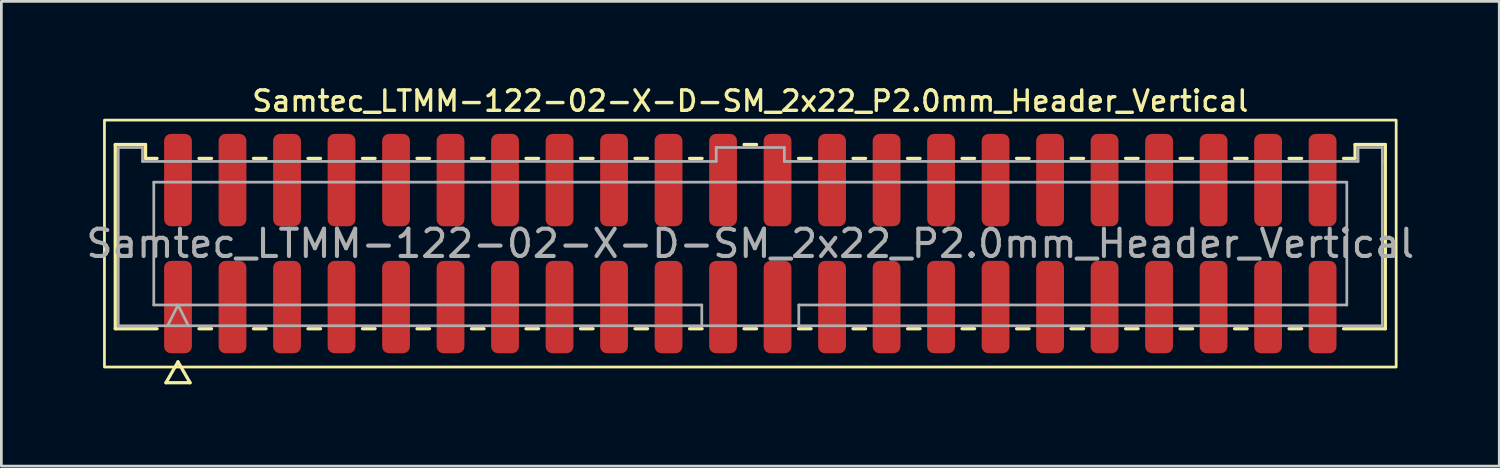
<source format=kicad_pcb>
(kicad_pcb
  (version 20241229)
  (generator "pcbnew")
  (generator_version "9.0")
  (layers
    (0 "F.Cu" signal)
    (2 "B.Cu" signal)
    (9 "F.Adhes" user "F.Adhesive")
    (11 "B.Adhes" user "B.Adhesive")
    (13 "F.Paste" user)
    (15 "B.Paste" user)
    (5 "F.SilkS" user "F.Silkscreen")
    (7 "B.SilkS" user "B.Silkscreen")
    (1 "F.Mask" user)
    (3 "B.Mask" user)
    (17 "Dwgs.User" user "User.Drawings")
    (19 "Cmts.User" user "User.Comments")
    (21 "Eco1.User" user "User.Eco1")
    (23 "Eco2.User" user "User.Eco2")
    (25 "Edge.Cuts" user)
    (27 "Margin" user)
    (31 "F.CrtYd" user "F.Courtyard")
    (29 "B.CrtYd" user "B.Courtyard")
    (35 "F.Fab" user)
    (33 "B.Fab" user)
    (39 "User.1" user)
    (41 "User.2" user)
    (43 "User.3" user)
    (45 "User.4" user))
  (footprint "Samtec_LTMM-122-02-X-D-SM_2x22_P2.0mm_Header_Vertical"
    (layer "F.Cu")
    (at 24.482 5.888)
    (property "Reference" "Samtec_LTMM-122-02-X-D-SM_2x22_P2.0mm_Header_Vertical" (at 0 -5.23 0) (layer "F.SilkS") (effects (font (size 0.75 0.75) (thickness 0.125))))
    (attr smd)
    (fp_line (start -23.302 -3.635) (end -22.192 -3.635) (stroke (width 0.12) (type solid)) (layer "F.SilkS"))
    (fp_line (start -23.302 3.125) (end -23.302 -3.635) (stroke (width 0.12) (type solid)) (layer "F.SilkS"))
    (fp_line (start -22.192 -3.635) (end -22.192 -3.125) (stroke (width 0.12) (type solid)) (layer "F.SilkS"))
    (fp_line (start -22.192 -3.125) (end -21.77 -3.125) (stroke (width 0.12) (type solid)) (layer "F.SilkS"))
    (fp_line (start -21.77 3.125) (end -23.302 3.125) (stroke (width 0.12) (type solid)) (layer "F.SilkS"))
    (fp_line (start -21.442 5.105) (end -21 4.34) (stroke (width 0.12) (type solid)) (layer "F.SilkS"))
    (fp_line (start -21 4.34) (end -20.558 5.105) (stroke (width 0.12) (type solid)) (layer "F.SilkS"))
    (fp_line (start -20.558 5.105) (end -21.442 5.105) (stroke (width 0.12) (type solid)) (layer "F.SilkS"))
    (fp_line (start -20.23 -3.125) (end -19.77 -3.125) (stroke (width 0.12) (type solid)) (layer "F.SilkS"))
    (fp_line (start -19.77 3.125) (end -20.23 3.125) (stroke (width 0.12) (type solid)) (layer "F.SilkS"))
    (fp_line (start -18.23 -3.125) (end -17.77 -3.125) (stroke (width 0.12) (type solid)) (layer "F.SilkS"))
    (fp_line (start -17.77 3.125) (end -18.23 3.125) (stroke (width 0.12) (type solid)) (layer "F.SilkS"))
    (fp_line (start -16.23 -3.125) (end -15.77 -3.125) (stroke (width 0.12) (type solid)) (layer "F.SilkS"))
    (fp_line (start -15.77 3.125) (end -16.23 3.125) (stroke (width 0.12) (type solid)) (layer "F.SilkS"))
    (fp_line (start -14.23 -3.125) (end -13.77 -3.125) (stroke (width 0.12) (type solid)) (layer "F.SilkS"))
    (fp_line (start -13.77 3.125) (end -14.23 3.125) (stroke (width 0.12) (type solid)) (layer "F.SilkS"))
    (fp_line (start -12.23 -3.125) (end -11.77 -3.125) (stroke (width 0.12) (type solid)) (layer "F.SilkS"))
    (fp_line (start -11.77 3.125) (end -12.23 3.125) (stroke (width 0.12) (type solid)) (layer "F.SilkS"))
    (fp_line (start -10.23 -3.125) (end -9.77 -3.125) (stroke (width 0.12) (type solid)) (layer "F.SilkS"))
    (fp_line (start -9.77 3.125) (end -10.23 3.125) (stroke (width 0.12) (type solid)) (layer "F.SilkS"))
    (fp_line (start -8.23 -3.125) (end -7.77 -3.125) (stroke (width 0.12) (type solid)) (layer "F.SilkS"))
    (fp_line (start -7.77 3.125) (end -8.23 3.125) (stroke (width 0.12) (type solid)) (layer "F.SilkS"))
    (fp_line (start -6.23 -3.125) (end -5.77 -3.125) (stroke (width 0.12) (type solid)) (layer "F.SilkS"))
    (fp_line (start -5.77 3.125) (end -6.23 3.125) (stroke (width 0.12) (type solid)) (layer "F.SilkS"))
    (fp_line (start -4.23 -3.125) (end -3.77 -3.125) (stroke (width 0.12) (type solid)) (layer "F.SilkS"))
    (fp_line (start -3.77 3.125) (end -4.23 3.125) (stroke (width 0.12) (type solid)) (layer "F.SilkS"))
    (fp_line (start -2.23 -3.125) (end -1.77 -3.125) (stroke (width 0.12) (type solid)) (layer "F.SilkS"))
    (fp_line (start -1.77 3.125) (end -2.23 3.125) (stroke (width 0.12) (type solid)) (layer "F.SilkS"))
    (fp_line (start -0.23 -3.635) (end 0.23 -3.635) (stroke (width 0.12) (type solid)) (layer "F.SilkS"))
    (fp_line (start 0.23 3.125) (end -0.23 3.125) (stroke (width 0.12) (type solid)) (layer "F.SilkS"))
    (fp_line (start 1.77 -3.125) (end 2.23 -3.125) (stroke (width 0.12) (type solid)) (layer "F.SilkS"))
    (fp_line (start 2.23 3.125) (end 1.77 3.125) (stroke (width 0.12) (type solid)) (layer "F.SilkS"))
    (fp_line (start 3.77 -3.125) (end 4.23 -3.125) (stroke (width 0.12) (type solid)) (layer "F.SilkS"))
    (fp_line (start 4.23 3.125) (end 3.77 3.125) (stroke (width 0.12) (type solid)) (layer "F.SilkS"))
    (fp_line (start 5.77 -3.125) (end 6.23 -3.125) (stroke (width 0.12) (type solid)) (layer "F.SilkS"))
    (fp_line (start 6.23 3.125) (end 5.77 3.125) (stroke (width 0.12) (type solid)) (layer "F.SilkS"))
    (fp_line (start 7.77 -3.125) (end 8.23 -3.125) (stroke (width 0.12) (type solid)) (layer "F.SilkS"))
    (fp_line (start 8.23 3.125) (end 7.77 3.125) (stroke (width 0.12) (type solid)) (layer "F.SilkS"))
    (fp_line (start 9.77 -3.125) (end 10.23 -3.125) (stroke (width 0.12) (type solid)) (layer "F.SilkS"))
    (fp_line (start 10.23 3.125) (end 9.77 3.125) (stroke (width 0.12) (type solid)) (layer "F.SilkS"))
    (fp_line (start 11.77 -3.125) (end 12.23 -3.125) (stroke (width 0.12) (type solid)) (layer "F.SilkS"))
    (fp_line (start 12.23 3.125) (end 11.77 3.125) (stroke (width 0.12) (type solid)) (layer "F.SilkS"))
    (fp_line (start 13.77 -3.125) (end 14.23 -3.125) (stroke (width 0.12) (type solid)) (layer "F.SilkS"))
    (fp_line (start 14.23 3.125) (end 13.77 3.125) (stroke (width 0.12) (type solid)) (layer "F.SilkS"))
    (fp_line (start 15.77 -3.125) (end 16.23 -3.125) (stroke (width 0.12) (type solid)) (layer "F.SilkS"))
    (fp_line (start 16.23 3.125) (end 15.77 3.125) (stroke (width 0.12) (type solid)) (layer "F.SilkS"))
    (fp_line (start 17.77 -3.125) (end 18.23 -3.125) (stroke (width 0.12) (type solid)) (layer "F.SilkS"))
    (fp_line (start 18.23 3.125) (end 17.77 3.125) (stroke (width 0.12) (type solid)) (layer "F.SilkS"))
    (fp_line (start 19.77 -3.125) (end 20.23 -3.125) (stroke (width 0.12) (type solid)) (layer "F.SilkS"))
    (fp_line (start 20.23 3.125) (end 19.77 3.125) (stroke (width 0.12) (type solid)) (layer "F.SilkS"))
    (fp_line (start 21.77 -3.125) (end 22.192 -3.125) (stroke (width 0.12) (type solid)) (layer "F.SilkS"))
    (fp_line (start 22.192 -3.635) (end 23.302 -3.635) (stroke (width 0.12) (type solid)) (layer "F.SilkS"))
    (fp_line (start 22.192 -3.125) (end 22.192 -3.635) (stroke (width 0.12) (type solid)) (layer "F.SilkS"))
    (fp_line (start 23.302 -3.635) (end 23.302 3.125) (stroke (width 0.12) (type solid)) (layer "F.SilkS"))
    (fp_line (start 23.302 3.125) (end 21.77 3.125) (stroke (width 0.12) (type solid)) (layer "F.SilkS"))
    (fp_rect (start -23.7 -4.53) (end 23.7 4.53) (stroke (width 0.1) (type solid)) (fill no) (layer "F.SilkS"))
    (fp_line (start -23.192 -3.525) (end -22.302 -3.525) (stroke (width 0.1) (type solid)) (layer "F.Fab"))
    (fp_line (start -23.192 3.015) (end -23.192 -3.525) (stroke (width 0.1) (type solid)) (layer "F.Fab"))
    (fp_line (start -22.302 -3.525) (end -22.302 -3.015) (stroke (width 0.1) (type solid)) (layer "F.Fab"))
    (fp_line (start -22.302 -3.015) (end -1.25 -3.015) (stroke (width 0.1) (type solid)) (layer "F.Fab"))
    (fp_line (start -21.889 -2.253) (end 21.889 -2.253) (stroke (width 0.1) (type solid)) (layer "F.Fab"))
    (fp_line (start -21.889 2.253) (end -21.889 -2.253) (stroke (width 0.1) (type solid)) (layer "F.Fab"))
    (fp_line (start -21.381 3.015) (end -21 2.253) (stroke (width 0.1) (type solid)) (layer "F.Fab"))
    (fp_line (start -21 2.253) (end -20.619 3.015) (stroke (width 0.1) (type solid)) (layer "F.Fab"))
    (fp_line (start -1.78 2.253) (end -21.889 2.253) (stroke (width 0.1) (type solid)) (layer "F.Fab"))
    (fp_line (start -1.78 3.015) (end -1.78 2.253) (stroke (width 0.1) (type solid)) (layer "F.Fab"))
    (fp_line (start -1.25 -3.525) (end 1.25 -3.525) (stroke (width 0.1) (type solid)) (layer "F.Fab"))
    (fp_line (start -1.25 -3.015) (end -1.25 -3.525) (stroke (width 0.1) (type solid)) (layer "F.Fab"))
    (fp_line (start 1.25 -3.525) (end 1.25 -3.015) (stroke (width 0.1) (type solid)) (layer "F.Fab"))
    (fp_line (start 1.25 -3.015) (end 22.302 -3.015) (stroke (width 0.1) (type solid)) (layer "F.Fab"))
    (fp_line (start 1.78 2.253) (end 1.78 3.015) (stroke (width 0.1) (type solid)) (layer "F.Fab"))
    (fp_line (start 21.889 -2.253) (end 21.889 2.253) (stroke (width 0.1) (type solid)) (layer "F.Fab"))
    (fp_line (start 21.889 2.253) (end 1.78 2.253) (stroke (width 0.1) (type solid)) (layer "F.Fab"))
    (fp_line (start 22.302 -3.525) (end 23.192 -3.525) (stroke (width 0.1) (type solid)) (layer "F.Fab"))
    (fp_line (start 22.302 -3.015) (end 22.302 -3.525) (stroke (width 0.1) (type solid)) (layer "F.Fab"))
    (fp_line (start 23.192 -3.525) (end 23.192 -3.015) (stroke (width 0.1) (type solid)) (layer "F.Fab"))
    (fp_line (start 23.192 -3.015) (end 23.192 3.015) (stroke (width 0.1) (type solid)) (layer "F.Fab"))
    (fp_line (start 23.192 3.015) (end -23.192 3.015) (stroke (width 0.1) (type solid)) (layer "F.Fab"))
    (fp_text user "${REFERENCE}" (at 0 0 0) (layer "F.Fab") (effects (font (size 1 1) (thickness 0.15))))
    (pad "1" smd roundrect (at -21 2.33) (size 1.02 3.39) (layers "F.Cu" "F.Mask" "F.Paste") (roundrect_rratio 0.245))
    (pad "2" smd roundrect (at -21 -2.33) (size 1.02 3.39) (layers "F.Cu" "F.Mask" "F.Paste") (roundrect_rratio 0.245))
    (pad "3" smd roundrect (at -19 2.33) (size 1.02 3.39) (layers "F.Cu" "F.Mask" "F.Paste") (roundrect_rratio 0.245))
    (pad "4" smd roundrect (at -19 -2.33) (size 1.02 3.39) (layers "F.Cu" "F.Mask" "F.Paste") (roundrect_rratio 0.245))
    (pad "5" smd roundrect (at -17 2.33) (size 1.02 3.39) (layers "F.Cu" "F.Mask" "F.Paste") (roundrect_rratio 0.245))
    (pad "6" smd roundrect (at -17 -2.33) (size 1.02 3.39) (layers "F.Cu" "F.Mask" "F.Paste") (roundrect_rratio 0.245))
    (pad "7" smd roundrect (at -15 2.33) (size 1.02 3.39) (layers "F.Cu" "F.Mask" "F.Paste") (roundrect_rratio 0.245))
    (pad "8" smd roundrect (at -15 -2.33) (size 1.02 3.39) (layers "F.Cu" "F.Mask" "F.Paste") (roundrect_rratio 0.245))
    (pad "9" smd roundrect (at -13 2.33) (size 1.02 3.39) (layers "F.Cu" "F.Mask" "F.Paste") (roundrect_rratio 0.245))
    (pad "10" smd roundrect (at -13 -2.33) (size 1.02 3.39) (layers "F.Cu" "F.Mask" "F.Paste") (roundrect_rratio 0.245))
    (pad "11" smd roundrect (at -11 2.33) (size 1.02 3.39) (layers "F.Cu" "F.Mask" "F.Paste") (roundrect_rratio 0.245))
    (pad "12" smd roundrect (at -11 -2.33) (size 1.02 3.39) (layers "F.Cu" "F.Mask" "F.Paste") (roundrect_rratio 0.245))
    (pad "13" smd roundrect (at -9 2.33) (size 1.02 3.39) (layers "F.Cu" "F.Mask" "F.Paste") (roundrect_rratio 0.245))
    (pad "14" smd roundrect (at -9 -2.33) (size 1.02 3.39) (layers "F.Cu" "F.Mask" "F.Paste") (roundrect_rratio 0.245))
    (pad "15" smd roundrect (at -7 2.33) (size 1.02 3.39) (layers "F.Cu" "F.Mask" "F.Paste") (roundrect_rratio 0.245))
    (pad "16" smd roundrect (at -7 -2.33) (size 1.02 3.39) (layers "F.Cu" "F.Mask" "F.Paste") (roundrect_rratio 0.245))
    (pad "17" smd roundrect (at -5 2.33) (size 1.02 3.39) (layers "F.Cu" "F.Mask" "F.Paste") (roundrect_rratio 0.245))
    (pad "18" smd roundrect (at -5 -2.33) (size 1.02 3.39) (layers "F.Cu" "F.Mask" "F.Paste") (roundrect_rratio 0.245))
    (pad "19" smd roundrect (at -3 2.33) (size 1.02 3.39) (layers "F.Cu" "F.Mask" "F.Paste") (roundrect_rratio 0.245))
    (pad "20" smd roundrect (at -3 -2.33) (size 1.02 3.39) (layers "F.Cu" "F.Mask" "F.Paste") (roundrect_rratio 0.245))
    (pad "21" smd roundrect (at -1 2.33) (size 1.02 3.39) (layers "F.Cu" "F.Mask" "F.Paste") (roundrect_rratio 0.245))
    (pad "22" smd roundrect (at -1 -2.33) (size 1.02 3.39) (layers "F.Cu" "F.Mask" "F.Paste") (roundrect_rratio 0.245))
    (pad "23" smd roundrect (at 1 2.33) (size 1.02 3.39) (layers "F.Cu" "F.Mask" "F.Paste") (roundrect_rratio 0.245))
    (pad "24" smd roundrect (at 1 -2.33) (size 1.02 3.39) (layers "F.Cu" "F.Mask" "F.Paste") (roundrect_rratio 0.245))
    (pad "25" smd roundrect (at 3 2.33) (size 1.02 3.39) (layers "F.Cu" "F.Mask" "F.Paste") (roundrect_rratio 0.245))
    (pad "26" smd roundrect (at 3 -2.33) (size 1.02 3.39) (layers "F.Cu" "F.Mask" "F.Paste") (roundrect_rratio 0.245))
    (pad "27" smd roundrect (at 5 2.33) (size 1.02 3.39) (layers "F.Cu" "F.Mask" "F.Paste") (roundrect_rratio 0.245))
    (pad "28" smd roundrect (at 5 -2.33) (size 1.02 3.39) (layers "F.Cu" "F.Mask" "F.Paste") (roundrect_rratio 0.245))
    (pad "29" smd roundrect (at 7 2.33) (size 1.02 3.39) (layers "F.Cu" "F.Mask" "F.Paste") (roundrect_rratio 0.245))
    (pad "30" smd roundrect (at 7 -2.33) (size 1.02 3.39) (layers "F.Cu" "F.Mask" "F.Paste") (roundrect_rratio 0.245))
    (pad "31" smd roundrect (at 9 2.33) (size 1.02 3.39) (layers "F.Cu" "F.Mask" "F.Paste") (roundrect_rratio 0.245))
    (pad "32" smd roundrect (at 9 -2.33) (size 1.02 3.39) (layers "F.Cu" "F.Mask" "F.Paste") (roundrect_rratio 0.245))
    (pad "33" smd roundrect (at 11 2.33) (size 1.02 3.39) (layers "F.Cu" "F.Mask" "F.Paste") (roundrect_rratio 0.245))
    (pad "34" smd roundrect (at 11 -2.33) (size 1.02 3.39) (layers "F.Cu" "F.Mask" "F.Paste") (roundrect_rratio 0.245))
    (pad "35" smd roundrect (at 13 2.33) (size 1.02 3.39) (layers "F.Cu" "F.Mask" "F.Paste") (roundrect_rratio 0.245))
    (pad "36" smd roundrect (at 13 -2.33) (size 1.02 3.39) (layers "F.Cu" "F.Mask" "F.Paste") (roundrect_rratio 0.245))
    (pad "37" smd roundrect (at 15 2.33) (size 1.02 3.39) (layers "F.Cu" "F.Mask" "F.Paste") (roundrect_rratio 0.245))
    (pad "38" smd roundrect (at 15 -2.33) (size 1.02 3.39) (layers "F.Cu" "F.Mask" "F.Paste") (roundrect_rratio 0.245))
    (pad "39" smd roundrect (at 17 2.33) (size 1.02 3.39) (layers "F.Cu" "F.Mask" "F.Paste") (roundrect_rratio 0.245))
    (pad "40" smd roundrect (at 17 -2.33) (size 1.02 3.39) (layers "F.Cu" "F.Mask" "F.Paste") (roundrect_rratio 0.245))
    (pad "41" smd roundrect (at 19 2.33) (size 1.02 3.39) (layers "F.Cu" "F.Mask" "F.Paste") (roundrect_rratio 0.245))
    (pad "42" smd roundrect (at 19 -2.33) (size 1.02 3.39) (layers "F.Cu" "F.Mask" "F.Paste") (roundrect_rratio 0.245))
    (pad "43" smd roundrect (at 21 2.33) (size 1.02 3.39) (layers "F.Cu" "F.Mask" "F.Paste") (roundrect_rratio 0.245))
    (pad "44" smd roundrect (at 21 -2.33) (size 1.02 3.39) (layers "F.Cu" "F.Mask" "F.Paste") (roundrect_rratio 0.245)))
  (gr_rect
    (start -3 -3)
    (end 51.964 14.053)
    (stroke (width 0.1) (type default))
    (fill no)
    (layer "Edge.Cuts")))
</source>
